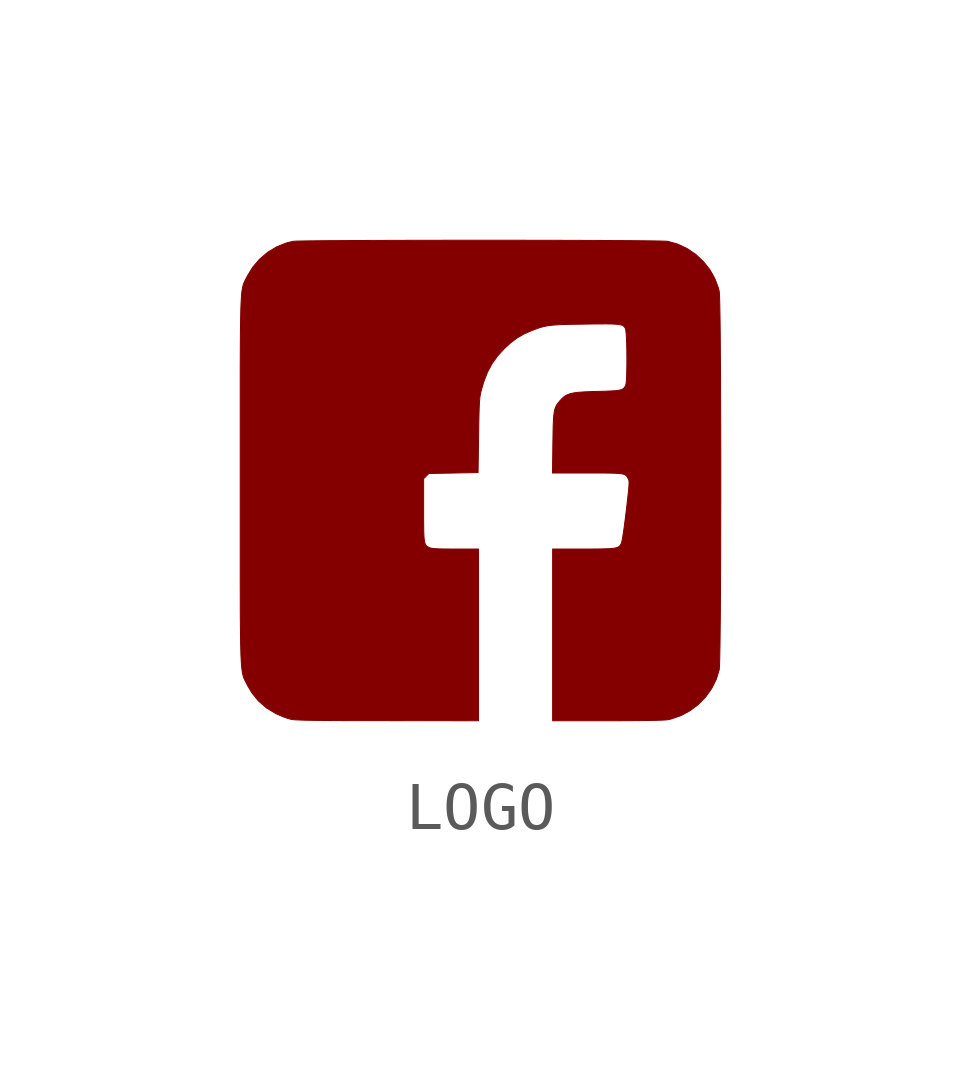
<source format=kicad_sym>
(kicad_symbol_lib
  (version 20210619)
  (generator bitmap2component)
  (symbol "LOGO"
    (pin_names
      (offset 1.016))
    (property "Reference" "#G"
      (at 0 4.367 0)
      (effects (font (size 1.27 1.27)) hide))
    (symbol "LOGO_0_0"
      (polyline (pts (xy 2.803 -5.002) (xy 3.061 -5.001) (xy 3.288 -4.999) (xy 3.481 -4.997) (xy 3.64 -4.994) (xy 3.763 -4.99) (xy 3.85 -4.986) (xy 3.899 -4.981) (xy 3.973 -4.965) (xy 4.176 -4.895) (xy 4.365 -4.793) (xy 4.538 -4.663) (xy 4.689 -4.508) (xy 4.815 -4.332) (xy 4.911 -4.141) (xy 4.973 -3.937) (xy 4.974 -3.927) (xy 4.978 -3.875) (xy 4.981 -3.787) (xy 4.984 -3.666) (xy 4.987 -3.514) (xy 4.99 -3.333) (xy 4.992 -3.125) (xy 4.995 -2.893) (xy 4.997 -2.639) (xy 4.999 -2.366) (xy 5 -2.076) (xy 5.002 -1.771) (xy 5.003 -1.454) (xy 5.003 -1.126) (xy 5.004 -0.791) (xy 5.005 -0.45) (xy 5.005 -0.106) (xy 5.005 0.238) (xy 5.005 0.581) (xy 5.004 0.92) (xy 5.003 1.252) (xy 5.002 1.576) (xy 5.001 1.889) (xy 5 2.189) (xy 4.998 2.473) (xy 4.996 2.739) (xy 4.994 2.984) (xy 4.992 3.207) (xy 4.989 3.405) (xy 4.986 3.575) (xy 4.983 3.716) (xy 4.98 3.825) (xy 4.976 3.899) (xy 4.973 3.937) (xy 4.955 4.01) (xy 4.88 4.21) (xy 4.774 4.396) (xy 4.638 4.565) (xy 4.479 4.712) (xy 4.3 4.833) (xy 4.105 4.924) (xy 3.899 4.981) (xy 3.887 4.982) (xy 3.835 4.984) (xy 3.747 4.987) (xy 3.625 4.989) (xy 3.473 4.991) (xy 3.292 4.993) (xy 3.085 4.995) (xy 2.854 4.996) (xy 2.602 4.998) (xy 2.33 4.999) (xy 2.042 5) (xy 1.738 5.001) (xy 1.423 5.002) (xy 1.097 5.002) (xy 0.764 5.003) (xy 0.426 5.003) (xy 0.085 5.003) (xy -0.257 5.003) (xy -0.596 5.003) (xy -0.932 5.002) (xy -1.262 5.002) (xy -1.583 5.001) (xy -1.892 5) (xy -2.188 4.999) (xy -2.469 4.998) (xy -2.731 4.997) (xy -2.973 4.995) (xy -3.192 4.994) (xy -3.386 4.992) (xy -3.553 4.99) (xy -3.69 4.988) (xy -3.795 4.986) (xy -3.865 4.983) (xy -3.899 4.981) (xy -4.039 4.947) (xy -4.242 4.866) (xy -4.43 4.752) (xy -4.598 4.609) (xy -4.742 4.441) (xy -4.857 4.25) (xy -4.865 4.234) (xy -4.881 4.203) (xy -4.896 4.175) (xy -4.91 4.148) (xy -4.922 4.12) (xy -4.933 4.09) (xy -4.943 4.057) (xy -4.952 4.018) (xy -4.96 3.972) (xy -4.968 3.917) (xy -4.974 3.851) (xy -4.979 3.773) (xy -4.984 3.682) (xy -4.988 3.575) (xy -4.991 3.45) (xy -4.994 3.307) (xy -4.996 3.143) (xy -4.998 2.956) (xy -4.999 2.746) (xy -5 2.51) (xy -5.001 2.247) (xy -5.001 1.955) (xy -5.001 1.632) (xy -5.001 0.887) (xy -5.001 0.462) (xy -5.001 -0.692) (xy -5.001 -1.098) (xy -5.001 -1.807) (xy -5.001 -2.114) (xy -5 -2.39) (xy -5 -2.639) (xy -4.999 -2.861) (xy -4.997 -3.058) (xy -4.995 -3.233) (xy -4.993 -3.386) (xy -4.989 -3.519) (xy -4.986 -3.634) (xy -4.981 -3.733) (xy -4.976 -3.818) (xy -4.97 -3.889) (xy -4.963 -3.949) (xy -4.956 -3.999) (xy -4.947 -4.042) (xy -4.937 -4.078) (xy -4.926 -4.11) (xy -4.914 -4.139) (xy -4.901 -4.166) (xy -4.886 -4.195) (xy -4.87 -4.225) (xy -4.853 -4.259) (xy -4.761 -4.417) (xy -4.621 -4.59) (xy -4.453 -4.736) (xy -4.259 -4.853) (xy -4.212 -4.875) (xy -4.114 -4.916) (xy -4.021 -4.95) (xy -3.947 -4.971) (xy -3.938 -4.973) (xy -3.906 -4.978) (xy -3.862 -4.982) (xy -3.804 -4.985) (xy -3.728 -4.988) (xy -3.634 -4.991) (xy -3.519 -4.993) (xy -3.38 -4.995) (xy -3.215 -4.997) (xy -3.023 -4.998) (xy -2.8 -4.999) (xy -2.545 -4.999) (xy -2.256 -5) (xy -1.929 -5) (xy -0.039 -5.002) (xy -0.039 -1.426) (xy -0.52 -1.426) (xy -0.636 -1.426) (xy -0.768 -1.425) (xy -0.869 -1.423) (xy -0.944 -1.419) (xy -0.998 -1.413) (xy -1.037 -1.406) (xy -1.064 -1.396) (xy -1.077 -1.39) (xy -1.105 -1.374) (xy -1.128 -1.355) (xy -1.145 -1.33) (xy -1.159 -1.293) (xy -1.168 -1.24) (xy -1.175 -1.169) (xy -1.179 -1.075) (xy -1.181 -0.953) (xy -1.182 -0.801) (xy -1.182 -0.613) (xy -1.182 0.038) (xy -1.074 0.146) (xy -0.049 0.166) (xy -0.037 0.938) (xy -0.035 1.099) (xy -0.032 1.268) (xy -0.029 1.406) (xy -0.025 1.517) (xy -0.021 1.606) (xy -0.016 1.677) (xy -0.01 1.735) (xy -0.003 1.784) (xy 0.006 1.829) (xy 0.017 1.873) (xy 0.072 2.061) (xy 0.149 2.259) (xy 0.243 2.433) (xy 0.357 2.592) (xy 0.496 2.745) (xy 0.624 2.863) (xy 0.763 2.968) (xy 0.91 3.053) (xy 1.08 3.127) (xy 1.102 3.135) (xy 1.179 3.164) (xy 1.25 3.188) (xy 1.319 3.206) (xy 1.392 3.221) (xy 1.473 3.232) (xy 1.567 3.24) (xy 1.681 3.247) (xy 1.818 3.251) (xy 1.985 3.254) (xy 2.185 3.257) (xy 2.288 3.259) (xy 2.465 3.26) (xy 2.609 3.261) (xy 2.723 3.26) (xy 2.812 3.256) (xy 2.879 3.25) (xy 2.928 3.24) (xy 2.963 3.228) (xy 2.987 3.211) (xy 3.005 3.189) (xy 3.02 3.163) (xy 3.021 3.161) (xy 3.029 3.12) (xy 3.036 3.048) (xy 3.042 2.95) (xy 3.046 2.833) (xy 3.049 2.704) (xy 3.05 2.568) (xy 3.05 2.433) (xy 3.048 2.304) (xy 3.045 2.188) (xy 3.04 2.092) (xy 3.034 2.022) (xy 3.025 1.984) (xy 3.016 1.965) (xy 2.997 1.935) (xy 2.972 1.911) (xy 2.937 1.893) (xy 2.886 1.88) (xy 2.814 1.871) (xy 2.718 1.865) (xy 2.593 1.859) (xy 2.433 1.855) (xy 2.341 1.853) (xy 2.182 1.847) (xy 2.054 1.838) (xy 1.953 1.826) (xy 1.873 1.809) (xy 1.809 1.786) (xy 1.756 1.756) (xy 1.709 1.717) (xy 1.663 1.668) (xy 1.659 1.664) (xy 1.622 1.62) (xy 1.592 1.579) (xy 1.569 1.535) (xy 1.55 1.484) (xy 1.537 1.422) (xy 1.527 1.344) (xy 1.52 1.244) (xy 1.515 1.12) (xy 1.512 0.966) (xy 1.509 0.777) (xy 1.501 0.156) (xy 2.252 0.156) (xy 2.444 0.156) (xy 2.601 0.156) (xy 2.727 0.154) (xy 2.826 0.15) (xy 2.901 0.145) (xy 2.958 0.137) (xy 2.998 0.125) (xy 3.026 0.11) (xy 3.047 0.09) (xy 3.063 0.065) (xy 3.079 0.035) (xy 3.086 0.021) (xy 3.092 -0.001) (xy 3.095 -0.032) (xy 3.095 -0.075) (xy 3.091 -0.135) (xy 3.084 -0.216) (xy 3.072 -0.323) (xy 3.057 -0.46) (xy 3.037 -0.631) (xy 3.016 -0.801) (xy 2.996 -0.957) (xy 2.977 -1.089) (xy 2.96 -1.194) (xy 2.946 -1.268) (xy 2.935 -1.307) (xy 2.932 -1.313) (xy 2.916 -1.343) (xy 2.897 -1.366) (xy 2.87 -1.385) (xy 2.831 -1.4) (xy 2.778 -1.41) (xy 2.705 -1.418) (xy 2.608 -1.422) (xy 2.485 -1.425) (xy 2.33 -1.426) (xy 2.14 -1.426) (xy 1.504 -1.426) (xy 1.504 -5.002) (xy 2.644 -5.002) (xy 2.803 -5.002)) (stroke (width 0.01)) (fill (type outline))))))
</source>
